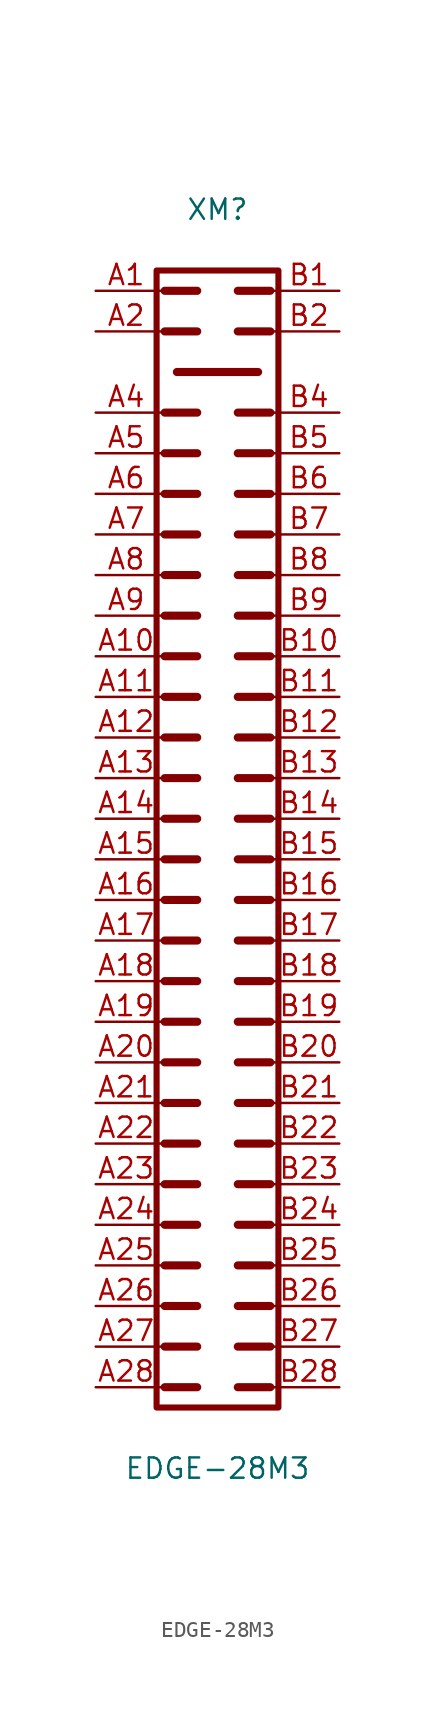
<source format=kicad_sym>
(kicad_symbol_lib
  (version 20231120)
  (generator "kicad_symbol_editor")
  (generator_version "8.0")
  (symbol "EDGE-28M3"
    (pin_names
      (offset 1.016))
    (property "Reference" "XM"
      (at 0 39.37 0)
      (effects (font (size 1.27 1.27))))
    (property "Value" "EDGE-28M3"
      (at 0 -39.37 0)
      (effects (font (size 1.27 1.27))))
    (symbol "EDGE-28M3_0_0"
      (polyline (pts (xy -2.54 29.21) (xy 2.54 29.21)) (stroke (width 0.508) (type default)) (fill (type none))))
    (symbol "EDGE-28M3_0_1"
      (rectangle (start -3.81 35.56) (end 3.81 -35.56) (stroke (width 0.381) (type default)) (fill (type none)))
      (polyline (pts (xy -3.81 -34.29) (xy -3.302 -34.29)) (stroke (width 0) (type default)) (fill (type none)))
      (polyline (pts (xy -3.81 -31.75) (xy -3.302 -31.75)) (stroke (width 0) (type default)) (fill (type none)))
      (polyline (pts (xy -3.81 -29.21) (xy -3.302 -29.21)) (stroke (width 0) (type default)) (fill (type none)))
      (polyline (pts (xy -3.81 -26.67) (xy -3.302 -26.67)) (stroke (width 0) (type default)) (fill (type none)))
      (polyline (pts (xy -3.81 -24.13) (xy -3.302 -24.13)) (stroke (width 0) (type default)) (fill (type none)))
      (polyline (pts (xy -3.81 -21.59) (xy -3.302 -21.59)) (stroke (width 0) (type default)) (fill (type none)))
      (polyline (pts (xy -3.81 -19.05) (xy -3.302 -19.05)) (stroke (width 0) (type default)) (fill (type none)))
      (polyline (pts (xy -3.81 -16.51) (xy -3.302 -16.51)) (stroke (width 0) (type default)) (fill (type none)))
      (polyline (pts (xy -3.81 -13.97) (xy -3.302 -13.97)) (stroke (width 0) (type default)) (fill (type none)))
      (polyline (pts (xy -3.81 -11.43) (xy -3.302 -11.43)) (stroke (width 0) (type default)) (fill (type none)))
      (polyline (pts (xy -3.81 -8.89) (xy -3.302 -8.89)) (stroke (width 0) (type default)) (fill (type none)))
      (polyline (pts (xy -3.81 -6.35) (xy -3.302 -6.35)) (stroke (width 0) (type default)) (fill (type none)))
      (polyline (pts (xy -3.81 -3.81) (xy -3.302 -3.81)) (stroke (width 0) (type default)) (fill (type none)))
      (polyline (pts (xy -3.81 -1.27) (xy -3.302 -1.27)) (stroke (width 0) (type default)) (fill (type none)))
      (polyline (pts (xy -3.81 1.27) (xy -3.302 1.27)) (stroke (width 0) (type default)) (fill (type none)))
      (polyline (pts (xy -3.81 3.81) (xy -3.302 3.81)) (stroke (width 0) (type default)) (fill (type none)))
      (polyline (pts (xy -3.81 6.35) (xy -3.302 6.35)) (stroke (width 0) (type default)) (fill (type none)))
      (polyline (pts (xy -3.81 8.89) (xy -3.302 8.89)) (stroke (width 0) (type default)) (fill (type none)))
      (polyline (pts (xy -3.81 11.43) (xy -3.302 11.43)) (stroke (width 0) (type default)) (fill (type none)))
      (polyline (pts (xy -3.81 13.97) (xy -3.302 13.97)) (stroke (width 0) (type default)) (fill (type none)))
      (polyline (pts (xy -3.81 16.51) (xy -3.302 16.51)) (stroke (width 0) (type default)) (fill (type none)))
      (polyline (pts (xy -3.81 19.05) (xy -3.302 19.05)) (stroke (width 0) (type default)) (fill (type none)))
      (polyline (pts (xy -3.81 21.59) (xy -3.302 21.59)) (stroke (width 0) (type default)) (fill (type none)))
      (polyline (pts (xy -3.81 24.13) (xy -3.302 24.13)) (stroke (width 0) (type default)) (fill (type none)))
      (polyline (pts (xy -3.81 26.67) (xy -3.302 26.67)) (stroke (width 0) (type default)) (fill (type none)))
      (polyline (pts (xy -3.81 31.75) (xy -3.302 31.75)) (stroke (width 0) (type default)) (fill (type none)))
      (polyline (pts (xy -3.81 34.29) (xy -3.302 34.29)) (stroke (width 0) (type default)) (fill (type none)))
      (polyline (pts (xy -3.302 -34.29) (xy -1.27 -34.29)) (stroke (width 0.508) (type default)) (fill (type none)))
      (polyline (pts (xy -3.302 -31.75) (xy -1.27 -31.75)) (stroke (width 0.508) (type default)) (fill (type none)))
      (polyline (pts (xy -3.302 -29.21) (xy -1.27 -29.21)) (stroke (width 0.508) (type default)) (fill (type none)))
      (polyline (pts (xy -3.302 -26.67) (xy -1.27 -26.67)) (stroke (width 0.508) (type default)) (fill (type none)))
      (polyline (pts (xy -3.302 -24.13) (xy -1.27 -24.13)) (stroke (width 0.508) (type default)) (fill (type none)))
      (polyline (pts (xy -3.302 -21.59) (xy -1.27 -21.59)) (stroke (width 0.508) (type default)) (fill (type none)))
      (polyline (pts (xy -3.302 -19.05) (xy -1.27 -19.05)) (stroke (width 0.508) (type default)) (fill (type none)))
      (polyline (pts (xy -3.302 -16.51) (xy -1.27 -16.51)) (stroke (width 0.508) (type default)) (fill (type none)))
      (polyline (pts (xy -3.302 -13.97) (xy -1.27 -13.97)) (stroke (width 0.508) (type default)) (fill (type none)))
      (polyline (pts (xy -3.302 -11.43) (xy -1.27 -11.43)) (stroke (width 0.508) (type default)) (fill (type none)))
      (polyline (pts (xy -3.302 -8.89) (xy -1.27 -8.89)) (stroke (width 0.508) (type default)) (fill (type none)))
      (polyline (pts (xy -3.302 -6.35) (xy -1.27 -6.35)) (stroke (width 0.508) (type default)) (fill (type none)))
      (polyline (pts (xy -3.302 -3.81) (xy -1.27 -3.81)) (stroke (width 0.508) (type default)) (fill (type none)))
      (polyline (pts (xy -3.302 -1.27) (xy -1.27 -1.27)) (stroke (width 0.508) (type default)) (fill (type none)))
      (polyline (pts (xy -3.302 1.27) (xy -1.27 1.27)) (stroke (width 0.508) (type default)) (fill (type none)))
      (polyline (pts (xy -3.302 3.81) (xy -1.27 3.81)) (stroke (width 0.508) (type default)) (fill (type none)))
      (polyline (pts (xy -3.302 6.35) (xy -1.27 6.35)) (stroke (width 0.508) (type default)) (fill (type none)))
      (polyline (pts (xy -3.302 8.89) (xy -1.27 8.89)) (stroke (width 0.508) (type default)) (fill (type none)))
      (polyline (pts (xy -3.302 11.43) (xy -1.27 11.43)) (stroke (width 0.508) (type default)) (fill (type none)))
      (polyline (pts (xy -3.302 13.97) (xy -1.27 13.97)) (stroke (width 0.508) (type default)) (fill (type none)))
      (polyline (pts (xy -3.302 16.51) (xy -1.27 16.51)) (stroke (width 0.508) (type default)) (fill (type none)))
      (polyline (pts (xy -3.302 19.05) (xy -1.27 19.05)) (stroke (width 0.508) (type default)) (fill (type none)))
      (polyline (pts (xy -3.302 21.59) (xy -1.27 21.59)) (stroke (width 0.508) (type default)) (fill (type none)))
      (polyline (pts (xy -3.302 24.13) (xy -1.27 24.13)) (stroke (width 0.508) (type default)) (fill (type none)))
      (polyline (pts (xy -3.302 26.67) (xy -1.27 26.67)) (stroke (width 0.508) (type default)) (fill (type none)))
      (polyline (pts (xy -3.302 31.75) (xy -1.27 31.75)) (stroke (width 0.508) (type default)) (fill (type none)))
      (polyline (pts (xy -3.302 34.29) (xy -1.27 34.29)) (stroke (width 0.508) (type default)) (fill (type none)))
      (polyline (pts (xy 3.302 -34.29) (xy 1.27 -34.29)) (stroke (width 0.508) (type default)) (fill (type none)))
      (polyline (pts (xy 3.302 -31.75) (xy 1.27 -31.75)) (stroke (width 0.508) (type default)) (fill (type none)))
      (polyline (pts (xy 3.302 -29.21) (xy 1.27 -29.21)) (stroke (width 0.508) (type default)) (fill (type none)))
      (polyline (pts (xy 3.302 -26.67) (xy 1.27 -26.67)) (stroke (width 0.508) (type default)) (fill (type none)))
      (polyline (pts (xy 3.302 -24.13) (xy 1.27 -24.13)) (stroke (width 0.508) (type default)) (fill (type none)))
      (polyline (pts (xy 3.302 -21.59) (xy 1.27 -21.59)) (stroke (width 0.508) (type default)) (fill (type none)))
      (polyline (pts (xy 3.302 -19.05) (xy 1.27 -19.05)) (stroke (width 0.508) (type default)) (fill (type none)))
      (polyline (pts (xy 3.302 -16.51) (xy 1.27 -16.51)) (stroke (width 0.508) (type default)) (fill (type none)))
      (polyline (pts (xy 3.302 -13.97) (xy 1.27 -13.97)) (stroke (width 0.508) (type default)) (fill (type none)))
      (polyline (pts (xy 3.302 -11.43) (xy 1.27 -11.43)) (stroke (width 0.508) (type default)) (fill (type none)))
      (polyline (pts (xy 3.302 -8.89) (xy 1.27 -8.89)) (stroke (width 0.508) (type default)) (fill (type none)))
      (polyline (pts (xy 3.302 -6.35) (xy 1.27 -6.35)) (stroke (width 0.508) (type default)) (fill (type none)))
      (polyline (pts (xy 3.302 -3.81) (xy 1.27 -3.81)) (stroke (width 0.508) (type default)) (fill (type none)))
      (polyline (pts (xy 3.302 -1.27) (xy 1.27 -1.27)) (stroke (width 0.508) (type default)) (fill (type none)))
      (polyline (pts (xy 3.302 1.27) (xy 1.27 1.27)) (stroke (width 0.508) (type default)) (fill (type none)))
      (polyline (pts (xy 3.302 3.81) (xy 1.27 3.81)) (stroke (width 0.508) (type default)) (fill (type none)))
      (polyline (pts (xy 3.302 6.35) (xy 1.27 6.35)) (stroke (width 0.508) (type default)) (fill (type none)))
      (polyline (pts (xy 3.302 8.89) (xy 1.27 8.89)) (stroke (width 0.508) (type default)) (fill (type none)))
      (polyline (pts (xy 3.302 11.43) (xy 1.27 11.43)) (stroke (width 0.508) (type default)) (fill (type none)))
      (polyline (pts (xy 3.302 13.97) (xy 1.27 13.97)) (stroke (width 0.508) (type default)) (fill (type none)))
      (polyline (pts (xy 3.302 16.51) (xy 1.27 16.51)) (stroke (width 0.508) (type default)) (fill (type none)))
      (polyline (pts (xy 3.302 19.05) (xy 1.27 19.05)) (stroke (width 0.508) (type default)) (fill (type none)))
      (polyline (pts (xy 3.302 21.59) (xy 1.27 21.59)) (stroke (width 0.508) (type default)) (fill (type none)))
      (polyline (pts (xy 3.302 24.13) (xy 1.27 24.13)) (stroke (width 0.508) (type default)) (fill (type none)))
      (polyline (pts (xy 3.302 26.67) (xy 1.27 26.67)) (stroke (width 0.508) (type default)) (fill (type none)))
      (polyline (pts (xy 3.302 31.75) (xy 1.27 31.75)) (stroke (width 0.508) (type default)) (fill (type none)))
      (polyline (pts (xy 3.302 34.29) (xy 1.27 34.29)) (stroke (width 0.508) (type default)) (fill (type none)))
      (polyline (pts (xy 3.81 -34.29) (xy 3.302 -34.29)) (stroke (width 0) (type default)) (fill (type none)))
      (polyline (pts (xy 3.81 -31.75) (xy 3.302 -31.75)) (stroke (width 0) (type default)) (fill (type none)))
      (polyline (pts (xy 3.81 -29.21) (xy 3.302 -29.21)) (stroke (width 0) (type default)) (fill (type none)))
      (polyline (pts (xy 3.81 -26.67) (xy 3.302 -26.67)) (stroke (width 0) (type default)) (fill (type none)))
      (polyline (pts (xy 3.81 -24.13) (xy 3.302 -24.13)) (stroke (width 0) (type default)) (fill (type none)))
      (polyline (pts (xy 3.81 -21.59) (xy 3.302 -21.59)) (stroke (width 0) (type default)) (fill (type none)))
      (polyline (pts (xy 3.81 -19.05) (xy 3.302 -19.05)) (stroke (width 0) (type default)) (fill (type none)))
      (polyline (pts (xy 3.81 -16.51) (xy 3.302 -16.51)) (stroke (width 0) (type default)) (fill (type none)))
      (polyline (pts (xy 3.81 -13.97) (xy 3.302 -13.97)) (stroke (width 0) (type default)) (fill (type none)))
      (polyline (pts (xy 3.81 -11.43) (xy 3.302 -11.43)) (stroke (width 0) (type default)) (fill (type none)))
      (polyline (pts (xy 3.81 -8.89) (xy 3.302 -8.89)) (stroke (width 0) (type default)) (fill (type none)))
      (polyline (pts (xy 3.81 -6.35) (xy 3.302 -6.35)) (stroke (width 0) (type default)) (fill (type none)))
      (polyline (pts (xy 3.81 -3.81) (xy 3.302 -3.81)) (stroke (width 0) (type default)) (fill (type none)))
      (polyline (pts (xy 3.81 -1.27) (xy 3.302 -1.27)) (stroke (width 0) (type default)) (fill (type none)))
      (polyline (pts (xy 3.81 1.27) (xy 3.302 1.27)) (stroke (width 0) (type default)) (fill (type none)))
      (polyline (pts (xy 3.81 3.81) (xy 3.302 3.81)) (stroke (width 0) (type default)) (fill (type none)))
      (polyline (pts (xy 3.81 6.35) (xy 3.302 6.35)) (stroke (width 0) (type default)) (fill (type none)))
      (polyline (pts (xy 3.81 8.89) (xy 3.302 8.89)) (stroke (width 0) (type default)) (fill (type none)))
      (polyline (pts (xy 3.81 11.43) (xy 3.302 11.43)) (stroke (width 0) (type default)) (fill (type none)))
      (polyline (pts (xy 3.81 13.97) (xy 3.302 13.97)) (stroke (width 0) (type default)) (fill (type none)))
      (polyline (pts (xy 3.81 16.51) (xy 3.302 16.51)) (stroke (width 0) (type default)) (fill (type none)))
      (polyline (pts (xy 3.81 19.05) (xy 3.302 19.05)) (stroke (width 0) (type default)) (fill (type none)))
      (polyline (pts (xy 3.81 21.59) (xy 3.302 21.59)) (stroke (width 0) (type default)) (fill (type none)))
      (polyline (pts (xy 3.81 24.13) (xy 3.302 24.13)) (stroke (width 0) (type default)) (fill (type none)))
      (polyline (pts (xy 3.81 26.67) (xy 3.302 26.67)) (stroke (width 0) (type default)) (fill (type none)))
      (polyline (pts (xy 3.81 31.75) (xy 3.302 31.75)) (stroke (width 0) (type default)) (fill (type none)))
      (polyline (pts (xy 3.81 34.29) (xy 3.302 34.29)) (stroke (width 0) (type default)) (fill (type none))))
    (symbol "EDGE-28M3_1_1"
      (pin passive line (at -7.62 34.29 0) (length 3.81) (name "~" (effects (font (size 1.27 1.27)))) (number "A1" (effects (font (size 1.27 1.27)))))
      (pin passive line (at -7.62 11.43 0) (length 3.81) (name "~" (effects (font (size 1.27 1.27)))) (number "A10" (effects (font (size 1.27 1.27)))))
      (pin passive line (at -7.62 8.89 0) (length 3.81) (name "~" (effects (font (size 1.27 1.27)))) (number "A11" (effects (font (size 1.27 1.27)))))
      (pin passive line (at -7.62 6.35 0) (length 3.81) (name "~" (effects (font (size 1.27 1.27)))) (number "A12" (effects (font (size 1.27 1.27)))))
      (pin passive line (at -7.62 3.81 0) (length 3.81) (name "~" (effects (font (size 1.27 1.27)))) (number "A13" (effects (font (size 1.27 1.27)))))
      (pin passive line (at -7.62 1.27 0) (length 3.81) (name "~" (effects (font (size 1.27 1.27)))) (number "A14" (effects (font (size 1.27 1.27)))))
      (pin passive line (at -7.62 -1.27 0) (length 3.81) (name "~" (effects (font (size 1.27 1.27)))) (number "A15" (effects (font (size 1.27 1.27)))))
      (pin passive line (at -7.62 -3.81 0) (length 3.81) (name "~" (effects (font (size 1.27 1.27)))) (number "A16" (effects (font (size 1.27 1.27)))))
      (pin passive line (at -7.62 -6.35 0) (length 3.81) (name "~" (effects (font (size 1.27 1.27)))) (number "A17" (effects (font (size 1.27 1.27)))))
      (pin passive line (at -7.62 -8.89 0) (length 3.81) (name "~" (effects (font (size 1.27 1.27)))) (number "A18" (effects (font (size 1.27 1.27)))))
      (pin passive line (at -7.62 -11.43 0) (length 3.81) (name "~" (effects (font (size 1.27 1.27)))) (number "A19" (effects (font (size 1.27 1.27)))))
      (pin passive line (at -7.62 31.75 0) (length 3.81) (name "~" (effects (font (size 1.27 1.27)))) (number "A2" (effects (font (size 1.27 1.27)))))
      (pin passive line (at -7.62 -13.97 0) (length 3.81) (name "~" (effects (font (size 1.27 1.27)))) (number "A20" (effects (font (size 1.27 1.27)))))
      (pin passive line (at -7.62 -16.51 0) (length 3.81) (name "~" (effects (font (size 1.27 1.27)))) (number "A21" (effects (font (size 1.27 1.27)))))
      (pin passive line (at -7.62 -19.05 0) (length 3.81) (name "~" (effects (font (size 1.27 1.27)))) (number "A22" (effects (font (size 1.27 1.27)))))
      (pin passive line (at -7.62 -21.59 0) (length 3.81) (name "~" (effects (font (size 1.27 1.27)))) (number "A23" (effects (font (size 1.27 1.27)))))
      (pin passive line (at -7.62 -24.13 0) (length 3.81) (name "~" (effects (font (size 1.27 1.27)))) (number "A24" (effects (font (size 1.27 1.27)))))
      (pin passive line (at -7.62 -26.67 0) (length 3.81) (name "~" (effects (font (size 1.27 1.27)))) (number "A25" (effects (font (size 1.27 1.27)))))
      (pin passive line (at -7.62 -29.21 0) (length 3.81) (name "~" (effects (font (size 1.27 1.27)))) (number "A26" (effects (font (size 1.27 1.27)))))
      (pin passive line (at -7.62 -31.75 0) (length 3.81) (name "~" (effects (font (size 1.27 1.27)))) (number "A27" (effects (font (size 1.27 1.27)))))
      (pin passive line (at -7.62 -34.29 0) (length 3.81) (name "~" (effects (font (size 1.27 1.27)))) (number "A28" (effects (font (size 1.27 1.27)))))
      (pin passive line (at -7.62 26.67 0) (length 3.81) (name "~" (effects (font (size 1.27 1.27)))) (number "A4" (effects (font (size 1.27 1.27)))))
      (pin passive line (at -7.62 24.13 0) (length 3.81) (name "~" (effects (font (size 1.27 1.27)))) (number "A5" (effects (font (size 1.27 1.27)))))
      (pin passive line (at -7.62 21.59 0) (length 3.81) (name "~" (effects (font (size 1.27 1.27)))) (number "A6" (effects (font (size 1.27 1.27)))))
      (pin passive line (at -7.62 19.05 0) (length 3.81) (name "~" (effects (font (size 1.27 1.27)))) (number "A7" (effects (font (size 1.27 1.27)))))
      (pin passive line (at -7.62 16.51 0) (length 3.81) (name "~" (effects (font (size 1.27 1.27)))) (number "A8" (effects (font (size 1.27 1.27)))))
      (pin passive line (at -7.62 13.97 0) (length 3.81) (name "~" (effects (font (size 1.27 1.27)))) (number "A9" (effects (font (size 1.27 1.27)))))
      (pin passive line (at 7.62 34.29 180) (length 3.81) (name "~" (effects (font (size 1.27 1.27)))) (number "B1" (effects (font (size 1.27 1.27)))))
      (pin passive line (at 7.62 11.43 180) (length 3.81) (name "~" (effects (font (size 1.27 1.27)))) (number "B10" (effects (font (size 1.27 1.27)))))
      (pin passive line (at 7.62 8.89 180) (length 3.81) (name "~" (effects (font (size 1.27 1.27)))) (number "B11" (effects (font (size 1.27 1.27)))))
      (pin passive line (at 7.62 6.35 180) (length 3.81) (name "~" (effects (font (size 1.27 1.27)))) (number "B12" (effects (font (size 1.27 1.27)))))
      (pin passive line (at 7.62 3.81 180) (length 3.81) (name "~" (effects (font (size 1.27 1.27)))) (number "B13" (effects (font (size 1.27 1.27)))))
      (pin passive line (at 7.62 1.27 180) (length 3.81) (name "~" (effects (font (size 1.27 1.27)))) (number "B14" (effects (font (size 1.27 1.27)))))
      (pin passive line (at 7.62 -1.27 180) (length 3.81) (name "~" (effects (font (size 1.27 1.27)))) (number "B15" (effects (font (size 1.27 1.27)))))
      (pin passive line (at 7.62 -3.81 180) (length 3.81) (name "~" (effects (font (size 1.27 1.27)))) (number "B16" (effects (font (size 1.27 1.27)))))
      (pin passive line (at 7.62 -6.35 180) (length 3.81) (name "~" (effects (font (size 1.27 1.27)))) (number "B17" (effects (font (size 1.27 1.27)))))
      (pin passive line (at 7.62 -8.89 180) (length 3.81) (name "~" (effects (font (size 1.27 1.27)))) (number "B18" (effects (font (size 1.27 1.27)))))
      (pin passive line (at 7.62 -11.43 180) (length 3.81) (name "~" (effects (font (size 1.27 1.27)))) (number "B19" (effects (font (size 1.27 1.27)))))
      (pin passive line (at 7.62 31.75 180) (length 3.81) (name "~" (effects (font (size 1.27 1.27)))) (number "B2" (effects (font (size 1.27 1.27)))))
      (pin passive line (at 7.62 -13.97 180) (length 3.81) (name "~" (effects (font (size 1.27 1.27)))) (number "B20" (effects (font (size 1.27 1.27)))))
      (pin passive line (at 7.62 -16.51 180) (length 3.81) (name "~" (effects (font (size 1.27 1.27)))) (number "B21" (effects (font (size 1.27 1.27)))))
      (pin passive line (at 7.62 -19.05 180) (length 3.81) (name "~" (effects (font (size 1.27 1.27)))) (number "B22" (effects (font (size 1.27 1.27)))))
      (pin passive line (at 7.62 -21.59 180) (length 3.81) (name "~" (effects (font (size 1.27 1.27)))) (number "B23" (effects (font (size 1.27 1.27)))))
      (pin passive line (at 7.62 -24.13 180) (length 3.81) (name "~" (effects (font (size 1.27 1.27)))) (number "B24" (effects (font (size 1.27 1.27)))))
      (pin passive line (at 7.62 -26.67 180) (length 3.81) (name "~" (effects (font (size 1.27 1.27)))) (number "B25" (effects (font (size 1.27 1.27)))))
      (pin passive line (at 7.62 -29.21 180) (length 3.81) (name "~" (effects (font (size 1.27 1.27)))) (number "B26" (effects (font (size 1.27 1.27)))))
      (pin passive line (at 7.62 -31.75 180) (length 3.81) (name "~" (effects (font (size 1.27 1.27)))) (number "B27" (effects (font (size 1.27 1.27)))))
      (pin passive line (at 7.62 -34.29 180) (length 3.81) (name "~" (effects (font (size 1.27 1.27)))) (number "B28" (effects (font (size 1.27 1.27)))))
      (pin passive line (at 7.62 26.67 180) (length 3.81) (name "~" (effects (font (size 1.27 1.27)))) (number "B4" (effects (font (size 1.27 1.27)))))
      (pin passive line (at 7.62 24.13 180) (length 3.81) (name "~" (effects (font (size 1.27 1.27)))) (number "B5" (effects (font (size 1.27 1.27)))))
      (pin passive line (at 7.62 21.59 180) (length 3.81) (name "~" (effects (font (size 1.27 1.27)))) (number "B6" (effects (font (size 1.27 1.27)))))
      (pin passive line (at 7.62 19.05 180) (length 3.81) (name "~" (effects (font (size 1.27 1.27)))) (number "B7" (effects (font (size 1.27 1.27)))))
      (pin passive line (at 7.62 16.51 180) (length 3.81) (name "~" (effects (font (size 1.27 1.27)))) (number "B8" (effects (font (size 1.27 1.27)))))
      (pin passive line (at 7.62 13.97 180) (length 3.81) (name "~" (effects (font (size 1.27 1.27)))) (number "B9" (effects (font (size 1.27 1.27))))))))
</source>
